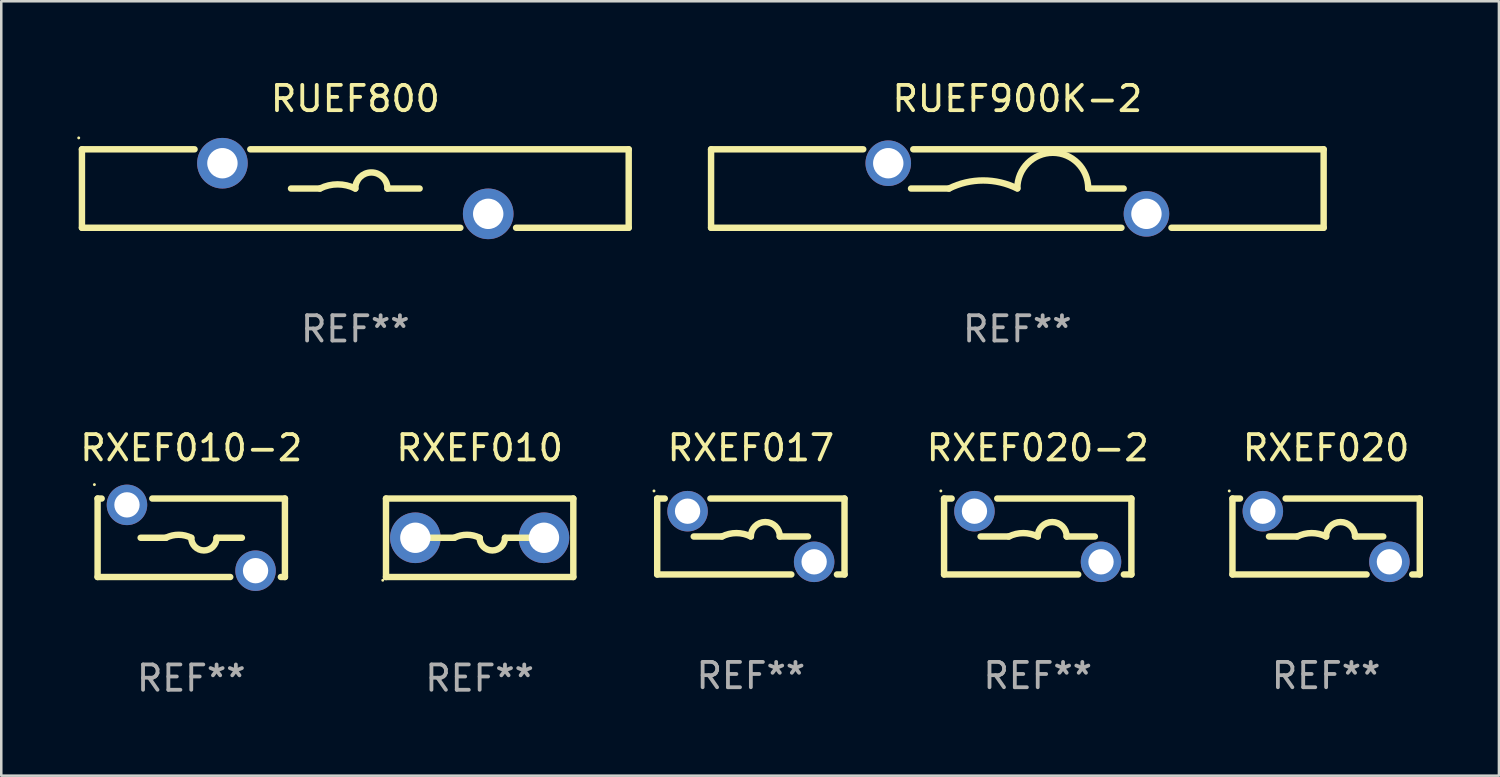
<source format=kicad_pcb>
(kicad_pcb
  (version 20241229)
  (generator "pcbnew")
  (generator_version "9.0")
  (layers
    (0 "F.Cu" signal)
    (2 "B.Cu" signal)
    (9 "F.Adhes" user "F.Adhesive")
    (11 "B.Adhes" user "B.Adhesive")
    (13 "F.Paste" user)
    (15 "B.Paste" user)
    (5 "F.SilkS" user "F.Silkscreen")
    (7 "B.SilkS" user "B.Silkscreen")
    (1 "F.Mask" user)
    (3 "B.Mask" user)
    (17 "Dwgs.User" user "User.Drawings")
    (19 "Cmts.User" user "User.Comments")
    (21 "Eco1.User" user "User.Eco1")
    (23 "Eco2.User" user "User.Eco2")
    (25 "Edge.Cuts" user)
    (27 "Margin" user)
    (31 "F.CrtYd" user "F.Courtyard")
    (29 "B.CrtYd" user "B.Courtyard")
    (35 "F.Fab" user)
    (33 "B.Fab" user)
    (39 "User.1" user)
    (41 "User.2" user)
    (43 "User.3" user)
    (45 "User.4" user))
  (footprint "RXEF017"
    (layer "F.Cu")
    (at 26.613 18.145)
    (property "Reference" "RXEF017" (at 0 -3.5 0) (layer "F.SilkS") (effects (font (size 1 1) (thickness 0.15))))
    (attr through_hole)
    (fp_line (start -3.7 -1.5) (end -3.401 -1.5) (stroke (width 0.254) (type solid)) (layer "F.SilkS"))
    (fp_line (start -3.7 1.5) (end -3.7 -1.5) (stroke (width 0.254) (type solid)) (layer "F.SilkS"))
    (fp_line (start -3.7 1.5) (end 1.599 1.5) (stroke (width 0.254) (type solid)) (layer "F.SilkS"))
    (fp_line (start -2.257 0) (end -1.143 0) (stroke (width 0.254) (type solid)) (layer "F.SilkS"))
    (fp_line (start -1.599 -1.5) (end 3.7 -1.5) (stroke (width 0.254) (type solid)) (layer "F.SilkS"))
    (fp_line (start 2.257 0) (end 1.143 0) (stroke (width 0.254) (type solid)) (layer "F.SilkS"))
    (fp_line (start 3.401 1.5) (end 3.7 1.5) (stroke (width 0.254) (type solid)) (layer "F.SilkS"))
    (fp_line (start 3.7 -1.5) (end 3.7 1.5) (stroke (width 0.254) (type solid)) (layer "F.SilkS"))
    (fp_arc (start -1.143002 0) (mid -0.571501 -0.134913) (end 0 0) (stroke (width 0.254001) (type solid)) (layer "F.SilkS"))
    (fp_arc (start -0.000634 0.000001) (mid 0.571183 -0.571805) (end 1.143002 0) (stroke (width 0.254001) (type solid)) (layer "F.SilkS"))
    (fp_circle (center -3.827 -1.8) (end -3.797 -1.8) (stroke (width 0.06) (type solid)) (fill no) (layer "F.SilkS"))
    (fp_text user "REF**" (at 0 5.5 0) (layer "F.Fab") (effects (font (size 1 1) (thickness 0.15))))
    (pad "1" thru_hole circle (at -2.5 -1) (size 1.6 1.6) (drill 1) (layers "*.Cu" "*.Mask"))
    (pad "2" thru_hole circle (at 2.5 1) (size 1.6 1.6) (drill 1) (layers "*.Cu" "*.Mask")))
  (footprint "RXEF010-2"
    (layer "F.Cu")
    (at 4.506 18.195)
    (property "Reference" "RXEF010-2" (at 0 -3.55 0) (layer "F.SilkS") (effects (font (size 1 1) (thickness 0.15))))
    (attr through_hole)
    (fp_line (start -3.7 -1.55) (end -3.54 -1.55) (stroke (width 0.254) (type solid)) (layer "F.SilkS"))
    (fp_line (start -3.7 1.55) (end -3.7 -1.55) (stroke (width 0.254) (type solid)) (layer "F.SilkS"))
    (fp_line (start -3.7 1.55) (end 1.54 1.55) (stroke (width 0.254) (type solid)) (layer "F.SilkS"))
    (fp_line (start -1.54 -1.55) (end 3.7 -1.55) (stroke (width 0.254) (type solid)) (layer "F.SilkS"))
    (fp_line (start -1 0) (end -2 0) (stroke (width 0.254) (type solid)) (layer "F.SilkS"))
    (fp_line (start 1 0) (end 2 0) (stroke (width 0.254) (type solid)) (layer "F.SilkS"))
    (fp_line (start 3.54 1.55) (end 3.7 1.55) (stroke (width 0.254) (type solid)) (layer "F.SilkS"))
    (fp_line (start 3.7 -1.55) (end 3.7 1.55) (stroke (width 0.254) (type solid)) (layer "F.SilkS"))
    (fp_arc (start -1.000762 0) (mid -0.500381 -0.118151) (end 0 0) (stroke (width 0.254001) (type solid)) (layer "F.SilkS"))
    (fp_arc (start 1.000762 0) (mid 0.500381 0.500127) (end 0 0) (stroke (width 0.254001) (type solid)) (layer "F.SilkS"))
    (fp_circle (center -3.827 -2.1) (end -3.797 -2.1) (stroke (width 0.06) (type solid)) (fill no) (layer "F.SilkS"))
    (fp_text user "REF**" (at 0 5.55 0) (layer "F.Fab") (effects (font (size 1 1) (thickness 0.15))))
    (pad "1" thru_hole circle (at -2.54 -1.3) (size 1.6 1.6) (drill 1) (layers "*.Cu" "*.Mask"))
    (pad "2" thru_hole circle (at 2.54 1.3) (size 1.6 1.6) (drill 1) (layers "*.Cu" "*.Mask")))
  (footprint "RUEF900K-2"
    (layer "F.Cu")
    (at 37.141 4.398)
    (property "Reference" "RUEF900K-2" (at 0 -3.55 0) (layer "F.SilkS") (effects (font (size 1 1) (thickness 0.15))))
    (attr through_hole)
    (fp_line (start -12.1 -1.55) (end -6.088 -1.55) (stroke (width 0.254) (type solid)) (layer "F.SilkS"))
    (fp_line (start -12.1 1.55) (end -12.1 -1.55) (stroke (width 0.254) (type solid)) (layer "F.SilkS"))
    (fp_line (start -4.112 -1.55) (end 12.1 -1.55) (stroke (width 0.254) (type solid)) (layer "F.SilkS"))
    (fp_line (start -2.7 -0.000013) (end -4.2 -0.000013) (stroke (width 0.254) (type solid)) (layer "F.SilkS"))
    (fp_line (start 2.8 -0.000013) (end 4.2 -0.000013) (stroke (width 0.254) (type solid)) (layer "F.SilkS"))
    (fp_line (start 4.112 1.55) (end -12.1 1.55) (stroke (width 0.254) (type solid)) (layer "F.SilkS"))
    (fp_line (start 12.1 -1.55) (end 12.1 1.55) (stroke (width 0.254) (type solid)) (layer "F.SilkS"))
    (fp_line (start 12.1 1.55) (end 6.088 1.55) (stroke (width 0.254) (type solid)) (layer "F.SilkS"))
    (fp_arc (start -2.700025 -0.000013) (mid -1.350012 -0.318707) (end 0.000001 -0.000012) (stroke (width 0.254001) (type solid)) (layer "F.SilkS"))
    (fp_arc (start 0 -0.012713) (mid 1.399543 -1.411748) (end 2.799086 -0.012713) (stroke (width 0.254001) (type solid)) (layer "F.SilkS"))
    (fp_circle (center -12.1 -1.55) (end -12.07 -1.55) (stroke (width 0.06) (type solid)) (fill no) (layer "F.SilkS"))
    (fp_text user "REF**" (at 0 5.55 0) (layer "F.Fab") (effects (font (size 1 1) (thickness 0.15))))
    (pad "1" thru_hole circle (at -5.1 -1) (size 1.8 1.8) (drill 1.2) (layers "*.Cu" "*.Mask"))
    (pad "2" thru_hole circle (at 5.1 1) (size 1.8 1.8) (drill 1.2) (layers "*.Cu" "*.Mask")))
  (footprint "RUEF800"
    (layer "F.Cu")
    (at 10.987 4.398)
    (property "Reference" "RUEF800" (at 0 -3.55 0) (layer "F.SilkS") (effects (font (size 1 1) (thickness 0.15))))
    (attr through_hole)
    (fp_line (start -10.8 -1.55) (end -6.351 -1.55) (stroke (width 0.254) (type solid)) (layer "F.SilkS"))
    (fp_line (start -10.8 1.55) (end -10.8 -1.55) (stroke (width 0.254) (type solid)) (layer "F.SilkS"))
    (fp_line (start -10.8 1.55) (end 4.149 1.55) (stroke (width 0.254) (type solid)) (layer "F.SilkS"))
    (fp_line (start -4.149 -1.55) (end 10.8 -1.55) (stroke (width 0.254) (type solid)) (layer "F.SilkS"))
    (fp_line (start -2.54 0) (end -1.397 0) (stroke (width 0.254) (type solid)) (layer "F.SilkS"))
    (fp_line (start 2.54 0) (end 1.27 0) (stroke (width 0.254) (type solid)) (layer "F.SilkS"))
    (fp_line (start 6.351 1.55) (end 10.8 1.55) (stroke (width 0.254) (type solid)) (layer "F.SilkS"))
    (fp_line (start 10.8 -1.55) (end 10.8 1.55) (stroke (width 0.254) (type solid)) (layer "F.SilkS"))
    (fp_arc (start -1.397003 0) (mid -0.698501 -0.164894) (end 0 0) (stroke (width 0.254001) (type solid)) (layer "F.SilkS"))
    (fp_arc (start -0.000001 0) (mid 0.635001 -0.635002) (end 1.270003 0) (stroke (width 0.254001) (type solid)) (layer "F.SilkS"))
    (fp_circle (center -10.927 -2) (end -10.897 -2) (stroke (width 0.06) (type solid)) (fill no) (layer "F.SilkS"))
    (fp_text user "REF**" (at 0 5.55 0) (layer "F.Fab") (effects (font (size 1 1) (thickness 0.15))))
    (pad "1" thru_hole circle (at -5.25 -1) (size 2 2) (drill 1.2) (layers "*.Cu" "*.Mask"))
    (pad "2" thru_hole circle (at 5.25 1) (size 2 2) (drill 1.2) (layers "*.Cu" "*.Mask")))
  (footprint "RXEF020"
    (layer "F.Cu")
    (at 49.339 18.145)
    (property "Reference" "RXEF020" (at 0 -3.5 0) (layer "F.SilkS") (effects (font (size 1 1) (thickness 0.15))))
    (attr through_hole)
    (fp_line (start -3.7 -1.5) (end -3.401 -1.5) (stroke (width 0.254) (type solid)) (layer "F.SilkS"))
    (fp_line (start -3.7 1.5) (end -3.7 -1.5) (stroke (width 0.254) (type solid)) (layer "F.SilkS"))
    (fp_line (start -3.7 1.5) (end 1.599 1.5) (stroke (width 0.254) (type solid)) (layer "F.SilkS"))
    (fp_line (start -2.257 0) (end -1.143 0) (stroke (width 0.254) (type solid)) (layer "F.SilkS"))
    (fp_line (start -1.599 -1.5) (end 3.7 -1.5) (stroke (width 0.254) (type solid)) (layer "F.SilkS"))
    (fp_line (start 2.257 0) (end 1.143 0) (stroke (width 0.254) (type solid)) (layer "F.SilkS"))
    (fp_line (start 3.401 1.5) (end 3.7 1.5) (stroke (width 0.254) (type solid)) (layer "F.SilkS"))
    (fp_line (start 3.7 -1.5) (end 3.7 1.5) (stroke (width 0.254) (type solid)) (layer "F.SilkS"))
    (fp_arc (start -1.143002 0) (mid -0.571501 -0.134913) (end 0 0) (stroke (width 0.254001) (type solid)) (layer "F.SilkS"))
    (fp_arc (start -0.000634 0.000001) (mid 0.571183 -0.571805) (end 1.143002 0) (stroke (width 0.254001) (type solid)) (layer "F.SilkS"))
    (fp_circle (center -3.827 -1.8) (end -3.797 -1.8) (stroke (width 0.06) (type solid)) (fill no) (layer "F.SilkS"))
    (fp_text user "REF**" (at 0 5.5 0) (layer "F.Fab") (effects (font (size 1 1) (thickness 0.15))))
    (pad "1" thru_hole circle (at -2.5 -1) (size 1.6 1.6) (drill 1) (layers "*.Cu" "*.Mask"))
    (pad "2" thru_hole circle (at 2.5 1) (size 1.6 1.6) (drill 1) (layers "*.Cu" "*.Mask")))
  (footprint "RXEF010"
    (layer "F.Cu")
    (at 15.899 18.195)
    (property "Reference" "RXEF010" (at 0 -3.55 0) (layer "F.SilkS") (effects (font (size 1 1) (thickness 0.15))))
    (attr through_hole)
    (fp_line (start -3.7 -1.55) (end 3.7 -1.55) (stroke (width 0.254) (type solid)) (layer "F.SilkS"))
    (fp_line (start -3.7 1.55) (end -3.7 -1.55) (stroke (width 0.254) (type solid)) (layer "F.SilkS"))
    (fp_line (start -1 0) (end -2 0) (stroke (width 0.254) (type solid)) (layer "F.SilkS"))
    (fp_line (start 1 0) (end 2 0) (stroke (width 0.254) (type solid)) (layer "F.SilkS"))
    (fp_line (start 3.7 -1.55) (end 3.7 1.55) (stroke (width 0.254) (type solid)) (layer "F.SilkS"))
    (fp_line (start 3.7 1.55) (end -3.7 1.55) (stroke (width 0.254) (type solid)) (layer "F.SilkS"))
    (fp_arc (start -1.000762 0) (mid -0.500381 -0.118151) (end 0 0) (stroke (width 0.254001) (type solid)) (layer "F.SilkS"))
    (fp_arc (start 1.000762 0) (mid 0.500381 0.500127) (end 0 0) (stroke (width 0.254001) (type solid)) (layer "F.SilkS"))
    (fp_circle (center -3.827 1.677) (end -3.797 1.677) (stroke (width 0.06) (type solid)) (fill no) (layer "F.SilkS"))
    (fp_text user "REF**" (at 0 5.55 0) (layer "F.Fab") (effects (font (size 1 1) (thickness 0.15))))
    (pad "1" thru_hole circle (at -2.54 0) (size 2 2) (drill 1.2) (layers "*.Cu" "*.Mask"))
    (pad "2" thru_hole circle (at 2.54 0) (size 2 2) (drill 1.2) (layers "*.Cu" "*.Mask")))
  (footprint "RXEF020-2"
    (layer "F.Cu")
    (at 37.946 18.145)
    (property "Reference" "RXEF020-2" (at 0 -3.5 0) (layer "F.SilkS") (effects (font (size 1 1) (thickness 0.15))))
    (attr through_hole)
    (fp_line (start -3.7 -1.5) (end -3.401 -1.5) (stroke (width 0.254) (type solid)) (layer "F.SilkS"))
    (fp_line (start -3.7 1.5) (end -3.7 -1.5) (stroke (width 0.254) (type solid)) (layer "F.SilkS"))
    (fp_line (start -3.7 1.5) (end 1.599 1.5) (stroke (width 0.254) (type solid)) (layer "F.SilkS"))
    (fp_line (start -2.257 0) (end -1.143 0) (stroke (width 0.254) (type solid)) (layer "F.SilkS"))
    (fp_line (start -1.599 -1.5) (end 3.7 -1.5) (stroke (width 0.254) (type solid)) (layer "F.SilkS"))
    (fp_line (start 2.257 0) (end 1.143 0) (stroke (width 0.254) (type solid)) (layer "F.SilkS"))
    (fp_line (start 3.401 1.5) (end 3.7 1.5) (stroke (width 0.254) (type solid)) (layer "F.SilkS"))
    (fp_line (start 3.7 -1.5) (end 3.7 1.5) (stroke (width 0.254) (type solid)) (layer "F.SilkS"))
    (fp_arc (start -1.143002 0) (mid -0.571501 -0.134913) (end 0 0) (stroke (width 0.254001) (type solid)) (layer "F.SilkS"))
    (fp_arc (start -0.000634 0.000001) (mid 0.571183 -0.571805) (end 1.143002 0) (stroke (width 0.254001) (type solid)) (layer "F.SilkS"))
    (fp_circle (center -3.827 -1.8) (end -3.797 -1.8) (stroke (width 0.06) (type solid)) (fill no) (layer "F.SilkS"))
    (fp_text user "REF**" (at 0 5.5 0) (layer "F.Fab") (effects (font (size 1 1) (thickness 0.15))))
    (pad "1" thru_hole circle (at -2.5 -1) (size 1.6 1.6) (drill 1) (layers "*.Cu" "*.Mask"))
    (pad "2" thru_hole circle (at 2.5 1) (size 1.6 1.6) (drill 1) (layers "*.Cu" "*.Mask")))
  (gr_rect
    (start -3 -3)
    (end 56.166 27.593)
    (stroke (width 0.1) (type default))
    (fill no)
    (layer "Edge.Cuts")))
</source>
